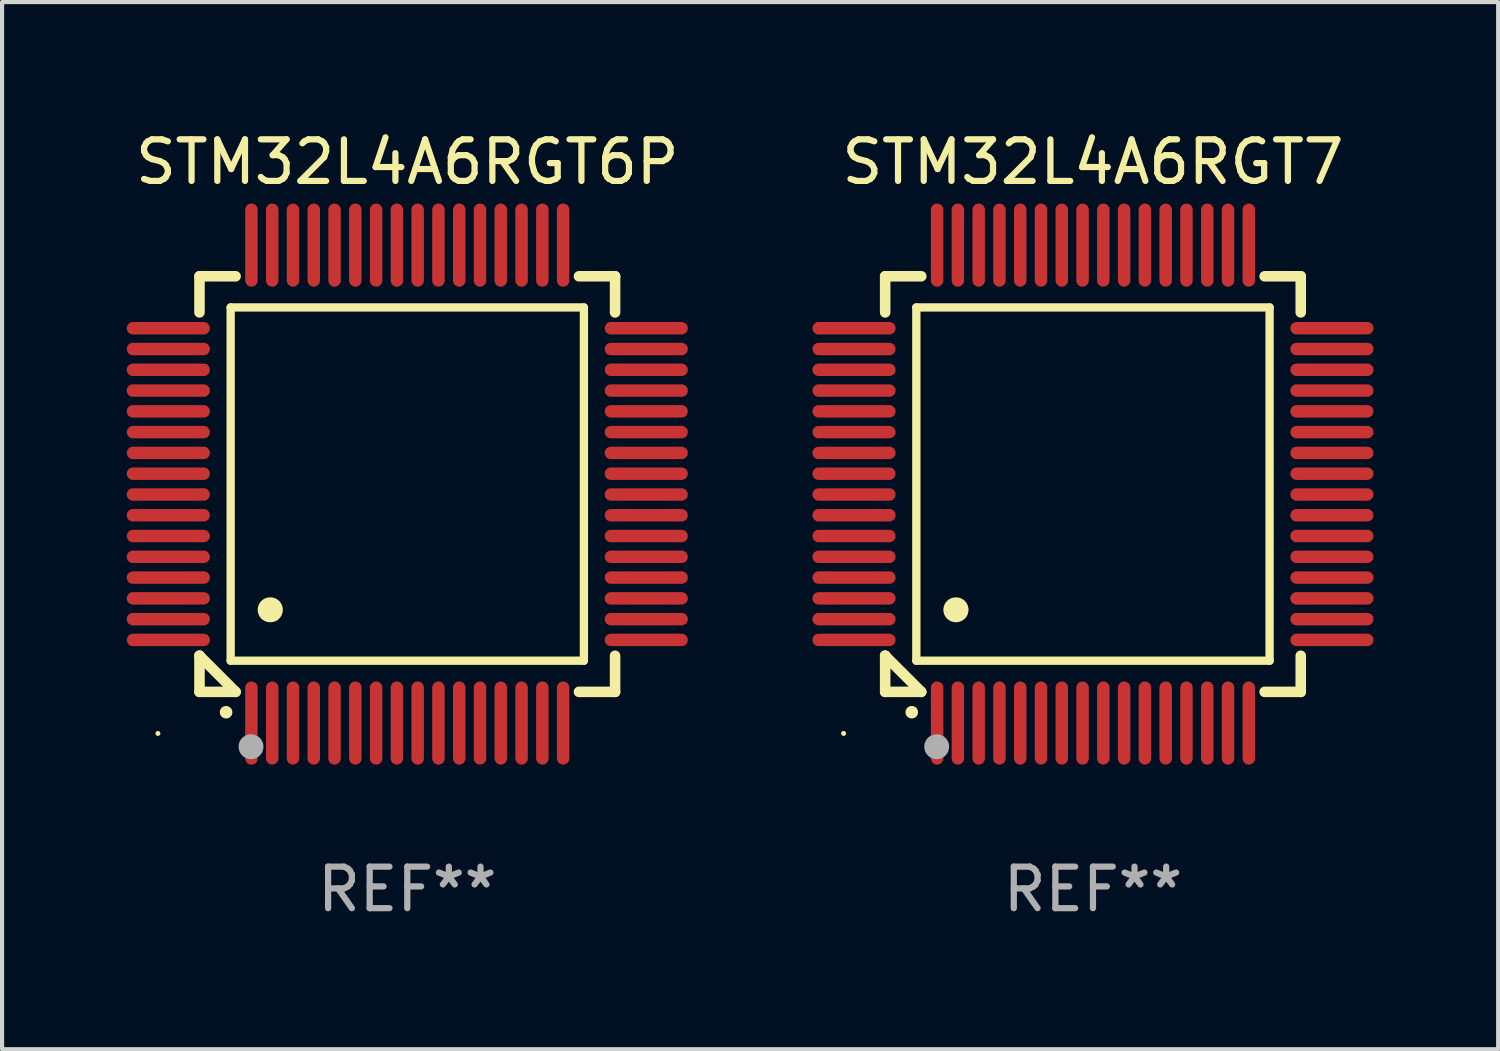
<source format=kicad_pcb>
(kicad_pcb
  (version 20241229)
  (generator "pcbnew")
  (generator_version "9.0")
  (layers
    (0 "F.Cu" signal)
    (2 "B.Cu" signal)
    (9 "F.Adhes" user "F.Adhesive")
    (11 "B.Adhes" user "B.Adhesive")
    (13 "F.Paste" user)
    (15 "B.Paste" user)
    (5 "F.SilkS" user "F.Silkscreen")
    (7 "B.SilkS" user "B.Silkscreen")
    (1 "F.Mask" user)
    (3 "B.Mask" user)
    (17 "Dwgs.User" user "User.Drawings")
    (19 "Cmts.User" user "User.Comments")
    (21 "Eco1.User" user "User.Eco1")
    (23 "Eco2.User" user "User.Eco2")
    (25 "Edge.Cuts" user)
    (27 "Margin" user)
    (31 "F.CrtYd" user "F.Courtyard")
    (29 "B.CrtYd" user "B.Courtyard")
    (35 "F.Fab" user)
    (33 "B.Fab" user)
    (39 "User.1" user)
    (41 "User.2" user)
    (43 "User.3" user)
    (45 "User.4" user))
  (footprint "STM32L4A6RGT6P"
    (layer "F.Cu")
    (at 6.75 8.598)
    (property "Reference" "STM32L4A6RGT6P" (at 0 -7.75 0) (layer "F.SilkS") (effects (font (size 1 1) (thickness 0.15))))
    (attr through_hole)
    (fp_line (start -5 -5) (end -4.131 -5) (stroke (width 0.254) (type solid)) (layer "F.SilkS"))
    (fp_line (start -5 -4.131) (end -5 -5) (stroke (width 0.254) (type solid)) (layer "F.SilkS"))
    (fp_line (start -5 4.131) (end -5 4.131) (stroke (width 0.254) (type solid)) (layer "F.SilkS"))
    (fp_line (start -5 5) (end -5 4.131) (stroke (width 0.254) (type solid)) (layer "F.SilkS"))
    (fp_line (start -5 4.131) (end -4.131 5) (stroke (width 0.254) (type solid)) (layer "F.SilkS"))
    (fp_line (start -4.25 -4.25) (end -4.25 4.25) (stroke (width 0.2) (type solid)) (layer "F.SilkS"))
    (fp_line (start -4.25 4.25) (end 4.25 4.25) (stroke (width 0.2) (type solid)) (layer "F.SilkS"))
    (fp_line (start -4.131 5) (end -5 5) (stroke (width 0.254) (type solid)) (layer "F.SilkS"))
    (fp_line (start 4.25 -4.25) (end -4.25 -4.25) (stroke (width 0.2) (type solid)) (layer "F.SilkS"))
    (fp_line (start 4.25 4.25) (end 4.25 -4.25) (stroke (width 0.2) (type solid)) (layer "F.SilkS"))
    (fp_line (start 5 -5) (end 4.131 -5) (stroke (width 0.254) (type solid)) (layer "F.SilkS"))
    (fp_line (start 5 -5) (end 5 -4.131) (stroke (width 0.254) (type solid)) (layer "F.SilkS"))
    (fp_line (start 5 4.131) (end 5 5) (stroke (width 0.254) (type solid)) (layer "F.SilkS"))
    (fp_line (start 5 5) (end 4.131 5) (stroke (width 0.254) (type solid)) (layer "F.SilkS"))
    (fp_arc (start -4.361265 5.489992) (mid -4.359995 5.489987) (end -4.358725 5.489992) (stroke (width 0.3) (type solid)) (layer "F.SilkS"))
    (fp_arc (start -3.299467 3.025146) (mid -3.296927 3.025135) (end -3.294387 3.025146) (stroke (width 0.6) (type solid)) (layer "F.SilkS"))
    (fp_circle (center -6 6) (end -5.97 6) (stroke (width 0.06) (type solid)) (fill no) (layer "F.SilkS"))
    (fp_circle (center -3.76 6.32) (end -3.61 6.32) (stroke (width 0.3) (type solid)) (fill no) (layer "F.Fab"))
    (fp_text user "REF**" (at 0 9.75 0) (layer "F.Fab") (effects (font (size 1 1) (thickness 0.15))))
    (pad "1" smd oval (at -3.75 5.75) (size 0.3 2) (layers "F.Cu" "F.Mask" "F.Paste"))
    (pad "2" smd oval (at -3.25 5.75) (size 0.3 2) (layers "F.Cu" "F.Mask" "F.Paste"))
    (pad "3" smd oval (at -2.75 5.75) (size 0.3 2) (layers "F.Cu" "F.Mask" "F.Paste"))
    (pad "4" smd oval (at -2.25 5.75) (size 0.3 2) (layers "F.Cu" "F.Mask" "F.Paste"))
    (pad "5" smd oval (at -1.75 5.75) (size 0.3 2) (layers "F.Cu" "F.Mask" "F.Paste"))
    (pad "6" smd oval (at -1.25 5.75) (size 0.3 2) (layers "F.Cu" "F.Mask" "F.Paste"))
    (pad "7" smd oval (at -0.75 5.75) (size 0.3 2) (layers "F.Cu" "F.Mask" "F.Paste"))
    (pad "8" smd oval (at -0.25 5.75) (size 0.3 2) (layers "F.Cu" "F.Mask" "F.Paste"))
    (pad "9" smd oval (at 0.25 5.75) (size 0.3 2) (layers "F.Cu" "F.Mask" "F.Paste"))
    (pad "10" smd oval (at 0.75 5.75) (size 0.3 2) (layers "F.Cu" "F.Mask" "F.Paste"))
    (pad "11" smd oval (at 1.25 5.75) (size 0.3 2) (layers "F.Cu" "F.Mask" "F.Paste"))
    (pad "12" smd oval (at 1.75 5.75) (size 0.3 2) (layers "F.Cu" "F.Mask" "F.Paste"))
    (pad "13" smd oval (at 2.25 5.75) (size 0.3 2) (layers "F.Cu" "F.Mask" "F.Paste"))
    (pad "14" smd oval (at 2.75 5.75) (size 0.3 2) (layers "F.Cu" "F.Mask" "F.Paste"))
    (pad "15" smd oval (at 3.25 5.75) (size 0.3 2) (layers "F.Cu" "F.Mask" "F.Paste"))
    (pad "16" smd oval (at 3.75 5.75) (size 0.3 2) (layers "F.Cu" "F.Mask" "F.Paste"))
    (pad "17" smd oval (at 5.75 3.75) (size 2 0.3) (layers "F.Cu" "F.Mask" "F.Paste"))
    (pad "18" smd oval (at 5.75 3.25) (size 2 0.3) (layers "F.Cu" "F.Mask" "F.Paste"))
    (pad "19" smd oval (at 5.75 2.75) (size 2 0.3) (layers "F.Cu" "F.Mask" "F.Paste"))
    (pad "20" smd oval (at 5.75 2.25) (size 2 0.3) (layers "F.Cu" "F.Mask" "F.Paste"))
    (pad "21" smd oval (at 5.75 1.75) (size 2 0.3) (layers "F.Cu" "F.Mask" "F.Paste"))
    (pad "22" smd oval (at 5.75 1.25) (size 2 0.3) (layers "F.Cu" "F.Mask" "F.Paste"))
    (pad "23" smd oval (at 5.75 0.75) (size 2 0.3) (layers "F.Cu" "F.Mask" "F.Paste"))
    (pad "24" smd oval (at 5.75 0.25) (size 2 0.3) (layers "F.Cu" "F.Mask" "F.Paste"))
    (pad "25" smd oval (at 5.75 -0.25) (size 2 0.3) (layers "F.Cu" "F.Mask" "F.Paste"))
    (pad "26" smd oval (at 5.75 -0.75) (size 2 0.3) (layers "F.Cu" "F.Mask" "F.Paste"))
    (pad "27" smd oval (at 5.75 -1.25) (size 2 0.3) (layers "F.Cu" "F.Mask" "F.Paste"))
    (pad "28" smd oval (at 5.75 -1.75) (size 2 0.3) (layers "F.Cu" "F.Mask" "F.Paste"))
    (pad "29" smd oval (at 5.75 -2.25) (size 2 0.3) (layers "F.Cu" "F.Mask" "F.Paste"))
    (pad "30" smd oval (at 5.75 -2.75) (size 2 0.3) (layers "F.Cu" "F.Mask" "F.Paste"))
    (pad "31" smd oval (at 5.75 -3.25) (size 2 0.3) (layers "F.Cu" "F.Mask" "F.Paste"))
    (pad "32" smd oval (at 5.75 -3.75) (size 2 0.3) (layers "F.Cu" "F.Mask" "F.Paste"))
    (pad "33" smd oval (at 3.75 -5.75) (size 0.3 2) (layers "F.Cu" "F.Mask" "F.Paste"))
    (pad "34" smd oval (at 3.25 -5.75) (size 0.3 2) (layers "F.Cu" "F.Mask" "F.Paste"))
    (pad "35" smd oval (at 2.75 -5.75) (size 0.3 2) (layers "F.Cu" "F.Mask" "F.Paste"))
    (pad "36" smd oval (at 2.25 -5.75) (size 0.3 2) (layers "F.Cu" "F.Mask" "F.Paste"))
    (pad "37" smd oval (at 1.75 -5.75) (size 0.3 2) (layers "F.Cu" "F.Mask" "F.Paste"))
    (pad "38" smd oval (at 1.25 -5.75) (size 0.3 2) (layers "F.Cu" "F.Mask" "F.Paste"))
    (pad "39" smd oval (at 0.75 -5.75) (size 0.3 2) (layers "F.Cu" "F.Mask" "F.Paste"))
    (pad "40" smd oval (at 0.25 -5.75) (size 0.3 2) (layers "F.Cu" "F.Mask" "F.Paste"))
    (pad "41" smd oval (at -0.25 -5.75) (size 0.3 2) (layers "F.Cu" "F.Mask" "F.Paste"))
    (pad "42" smd oval (at -0.75 -5.75) (size 0.3 2) (layers "F.Cu" "F.Mask" "F.Paste"))
    (pad "43" smd oval (at -1.25 -5.75) (size 0.3 2) (layers "F.Cu" "F.Mask" "F.Paste"))
    (pad "44" smd oval (at -1.75 -5.75) (size 0.3 2) (layers "F.Cu" "F.Mask" "F.Paste"))
    (pad "45" smd oval (at -2.25 -5.75) (size 0.3 2) (layers "F.Cu" "F.Mask" "F.Paste"))
    (pad "46" smd oval (at -2.75 -5.75) (size 0.3 2) (layers "F.Cu" "F.Mask" "F.Paste"))
    (pad "47" smd oval (at -3.25 -5.75) (size 0.3 2) (layers "F.Cu" "F.Mask" "F.Paste"))
    (pad "48" smd oval (at -3.75 -5.75) (size 0.3 2) (layers "F.Cu" "F.Mask" "F.Paste"))
    (pad "49" smd oval (at -5.75 -3.75) (size 2 0.3) (layers "F.Cu" "F.Mask" "F.Paste"))
    (pad "50" smd oval (at -5.75 -3.25) (size 2 0.3) (layers "F.Cu" "F.Mask" "F.Paste"))
    (pad "51" smd oval (at -5.75 -2.75) (size 2 0.3) (layers "F.Cu" "F.Mask" "F.Paste"))
    (pad "52" smd oval (at -5.75 -2.25) (size 2 0.3) (layers "F.Cu" "F.Mask" "F.Paste"))
    (pad "53" smd oval (at -5.75 -1.75) (size 2 0.3) (layers "F.Cu" "F.Mask" "F.Paste"))
    (pad "54" smd oval (at -5.75 -1.25) (size 2 0.3) (layers "F.Cu" "F.Mask" "F.Paste"))
    (pad "55" smd oval (at -5.75 -0.75) (size 2 0.3) (layers "F.Cu" "F.Mask" "F.Paste"))
    (pad "56" smd oval (at -5.75 -0.25) (size 2 0.3) (layers "F.Cu" "F.Mask" "F.Paste"))
    (pad "57" smd oval (at -5.75 0.25) (size 2 0.3) (layers "F.Cu" "F.Mask" "F.Paste"))
    (pad "58" smd oval (at -5.75 0.75) (size 2 0.3) (layers "F.Cu" "F.Mask" "F.Paste"))
    (pad "59" smd oval (at -5.75 1.25) (size 2 0.3) (layers "F.Cu" "F.Mask" "F.Paste"))
    (pad "60" smd oval (at -5.75 1.75) (size 2 0.3) (layers "F.Cu" "F.Mask" "F.Paste"))
    (pad "61" smd oval (at -5.75 2.25) (size 2 0.3) (layers "F.Cu" "F.Mask" "F.Paste"))
    (pad "62" smd oval (at -5.75 2.75) (size 2 0.3) (layers "F.Cu" "F.Mask" "F.Paste"))
    (pad "63" smd oval (at -5.75 3.25) (size 2 0.3) (layers "F.Cu" "F.Mask" "F.Paste"))
    (pad "64" smd oval (at -5.75 3.75) (size 2 0.3) (layers "F.Cu" "F.Mask" "F.Paste")))
  (footprint "STM32L4A6RGT7"
    (layer "F.Cu")
    (at 23.249 8.598)
    (property "Reference" "STM32L4A6RGT7" (at 0 -7.75 0) (layer "F.SilkS") (effects (font (size 1 1) (thickness 0.15))))
    (attr through_hole)
    (fp_line (start -5 -5) (end -4.131 -5) (stroke (width 0.254) (type solid)) (layer "F.SilkS"))
    (fp_line (start -5 -4.131) (end -5 -5) (stroke (width 0.254) (type solid)) (layer "F.SilkS"))
    (fp_line (start -5 4.131) (end -5 4.131) (stroke (width 0.254) (type solid)) (layer "F.SilkS"))
    (fp_line (start -5 5) (end -5 4.131) (stroke (width 0.254) (type solid)) (layer "F.SilkS"))
    (fp_line (start -5 4.131) (end -4.131 5) (stroke (width 0.254) (type solid)) (layer "F.SilkS"))
    (fp_line (start -4.25 -4.25) (end -4.25 4.25) (stroke (width 0.2) (type solid)) (layer "F.SilkS"))
    (fp_line (start -4.25 4.25) (end 4.25 4.25) (stroke (width 0.2) (type solid)) (layer "F.SilkS"))
    (fp_line (start -4.131 5) (end -5 5) (stroke (width 0.254) (type solid)) (layer "F.SilkS"))
    (fp_line (start 4.25 -4.25) (end -4.25 -4.25) (stroke (width 0.2) (type solid)) (layer "F.SilkS"))
    (fp_line (start 4.25 4.25) (end 4.25 -4.25) (stroke (width 0.2) (type solid)) (layer "F.SilkS"))
    (fp_line (start 5 -5) (end 4.131 -5) (stroke (width 0.254) (type solid)) (layer "F.SilkS"))
    (fp_line (start 5 -5) (end 5 -4.131) (stroke (width 0.254) (type solid)) (layer "F.SilkS"))
    (fp_line (start 5 4.131) (end 5 5) (stroke (width 0.254) (type solid)) (layer "F.SilkS"))
    (fp_line (start 5 5) (end 4.131 5) (stroke (width 0.254) (type solid)) (layer "F.SilkS"))
    (fp_arc (start -4.361265 5.489992) (mid -4.359995 5.489987) (end -4.358725 5.489992) (stroke (width 0.3) (type solid)) (layer "F.SilkS"))
    (fp_arc (start -3.299467 3.025146) (mid -3.296927 3.025135) (end -3.294387 3.025146) (stroke (width 0.6) (type solid)) (layer "F.SilkS"))
    (fp_circle (center -6 6) (end -5.97 6) (stroke (width 0.06) (type solid)) (fill no) (layer "F.SilkS"))
    (fp_circle (center -3.76 6.32) (end -3.61 6.32) (stroke (width 0.3) (type solid)) (fill no) (layer "F.Fab"))
    (fp_text user "REF**" (at 0 9.75 0) (layer "F.Fab") (effects (font (size 1 1) (thickness 0.15))))
    (pad "1" smd oval (at -3.75 5.75) (size 0.3 2) (layers "F.Cu" "F.Mask" "F.Paste"))
    (pad "2" smd oval (at -3.25 5.75) (size 0.3 2) (layers "F.Cu" "F.Mask" "F.Paste"))
    (pad "3" smd oval (at -2.75 5.75) (size 0.3 2) (layers "F.Cu" "F.Mask" "F.Paste"))
    (pad "4" smd oval (at -2.25 5.75) (size 0.3 2) (layers "F.Cu" "F.Mask" "F.Paste"))
    (pad "5" smd oval (at -1.75 5.75) (size 0.3 2) (layers "F.Cu" "F.Mask" "F.Paste"))
    (pad "6" smd oval (at -1.25 5.75) (size 0.3 2) (layers "F.Cu" "F.Mask" "F.Paste"))
    (pad "7" smd oval (at -0.75 5.75) (size 0.3 2) (layers "F.Cu" "F.Mask" "F.Paste"))
    (pad "8" smd oval (at -0.25 5.75) (size 0.3 2) (layers "F.Cu" "F.Mask" "F.Paste"))
    (pad "9" smd oval (at 0.25 5.75) (size 0.3 2) (layers "F.Cu" "F.Mask" "F.Paste"))
    (pad "10" smd oval (at 0.75 5.75) (size 0.3 2) (layers "F.Cu" "F.Mask" "F.Paste"))
    (pad "11" smd oval (at 1.25 5.75) (size 0.3 2) (layers "F.Cu" "F.Mask" "F.Paste"))
    (pad "12" smd oval (at 1.75 5.75) (size 0.3 2) (layers "F.Cu" "F.Mask" "F.Paste"))
    (pad "13" smd oval (at 2.25 5.75) (size 0.3 2) (layers "F.Cu" "F.Mask" "F.Paste"))
    (pad "14" smd oval (at 2.75 5.75) (size 0.3 2) (layers "F.Cu" "F.Mask" "F.Paste"))
    (pad "15" smd oval (at 3.25 5.75) (size 0.3 2) (layers "F.Cu" "F.Mask" "F.Paste"))
    (pad "16" smd oval (at 3.75 5.75) (size 0.3 2) (layers "F.Cu" "F.Mask" "F.Paste"))
    (pad "17" smd oval (at 5.75 3.75) (size 2 0.3) (layers "F.Cu" "F.Mask" "F.Paste"))
    (pad "18" smd oval (at 5.75 3.25) (size 2 0.3) (layers "F.Cu" "F.Mask" "F.Paste"))
    (pad "19" smd oval (at 5.75 2.75) (size 2 0.3) (layers "F.Cu" "F.Mask" "F.Paste"))
    (pad "20" smd oval (at 5.75 2.25) (size 2 0.3) (layers "F.Cu" "F.Mask" "F.Paste"))
    (pad "21" smd oval (at 5.75 1.75) (size 2 0.3) (layers "F.Cu" "F.Mask" "F.Paste"))
    (pad "22" smd oval (at 5.75 1.25) (size 2 0.3) (layers "F.Cu" "F.Mask" "F.Paste"))
    (pad "23" smd oval (at 5.75 0.75) (size 2 0.3) (layers "F.Cu" "F.Mask" "F.Paste"))
    (pad "24" smd oval (at 5.75 0.25) (size 2 0.3) (layers "F.Cu" "F.Mask" "F.Paste"))
    (pad "25" smd oval (at 5.75 -0.25) (size 2 0.3) (layers "F.Cu" "F.Mask" "F.Paste"))
    (pad "26" smd oval (at 5.75 -0.75) (size 2 0.3) (layers "F.Cu" "F.Mask" "F.Paste"))
    (pad "27" smd oval (at 5.75 -1.25) (size 2 0.3) (layers "F.Cu" "F.Mask" "F.Paste"))
    (pad "28" smd oval (at 5.75 -1.75) (size 2 0.3) (layers "F.Cu" "F.Mask" "F.Paste"))
    (pad "29" smd oval (at 5.75 -2.25) (size 2 0.3) (layers "F.Cu" "F.Mask" "F.Paste"))
    (pad "30" smd oval (at 5.75 -2.75) (size 2 0.3) (layers "F.Cu" "F.Mask" "F.Paste"))
    (pad "31" smd oval (at 5.75 -3.25) (size 2 0.3) (layers "F.Cu" "F.Mask" "F.Paste"))
    (pad "32" smd oval (at 5.75 -3.75) (size 2 0.3) (layers "F.Cu" "F.Mask" "F.Paste"))
    (pad "33" smd oval (at 3.75 -5.75) (size 0.3 2) (layers "F.Cu" "F.Mask" "F.Paste"))
    (pad "34" smd oval (at 3.25 -5.75) (size 0.3 2) (layers "F.Cu" "F.Mask" "F.Paste"))
    (pad "35" smd oval (at 2.75 -5.75) (size 0.3 2) (layers "F.Cu" "F.Mask" "F.Paste"))
    (pad "36" smd oval (at 2.25 -5.75) (size 0.3 2) (layers "F.Cu" "F.Mask" "F.Paste"))
    (pad "37" smd oval (at 1.75 -5.75) (size 0.3 2) (layers "F.Cu" "F.Mask" "F.Paste"))
    (pad "38" smd oval (at 1.25 -5.75) (size 0.3 2) (layers "F.Cu" "F.Mask" "F.Paste"))
    (pad "39" smd oval (at 0.75 -5.75) (size 0.3 2) (layers "F.Cu" "F.Mask" "F.Paste"))
    (pad "40" smd oval (at 0.25 -5.75) (size 0.3 2) (layers "F.Cu" "F.Mask" "F.Paste"))
    (pad "41" smd oval (at -0.25 -5.75) (size 0.3 2) (layers "F.Cu" "F.Mask" "F.Paste"))
    (pad "42" smd oval (at -0.75 -5.75) (size 0.3 2) (layers "F.Cu" "F.Mask" "F.Paste"))
    (pad "43" smd oval (at -1.25 -5.75) (size 0.3 2) (layers "F.Cu" "F.Mask" "F.Paste"))
    (pad "44" smd oval (at -1.75 -5.75) (size 0.3 2) (layers "F.Cu" "F.Mask" "F.Paste"))
    (pad "45" smd oval (at -2.25 -5.75) (size 0.3 2) (layers "F.Cu" "F.Mask" "F.Paste"))
    (pad "46" smd oval (at -2.75 -5.75) (size 0.3 2) (layers "F.Cu" "F.Mask" "F.Paste"))
    (pad "47" smd oval (at -3.25 -5.75) (size 0.3 2) (layers "F.Cu" "F.Mask" "F.Paste"))
    (pad "48" smd oval (at -3.75 -5.75) (size 0.3 2) (layers "F.Cu" "F.Mask" "F.Paste"))
    (pad "49" smd oval (at -5.75 -3.75) (size 2 0.3) (layers "F.Cu" "F.Mask" "F.Paste"))
    (pad "50" smd oval (at -5.75 -3.25) (size 2 0.3) (layers "F.Cu" "F.Mask" "F.Paste"))
    (pad "51" smd oval (at -5.75 -2.75) (size 2 0.3) (layers "F.Cu" "F.Mask" "F.Paste"))
    (pad "52" smd oval (at -5.75 -2.25) (size 2 0.3) (layers "F.Cu" "F.Mask" "F.Paste"))
    (pad "53" smd oval (at -5.75 -1.75) (size 2 0.3) (layers "F.Cu" "F.Mask" "F.Paste"))
    (pad "54" smd oval (at -5.75 -1.25) (size 2 0.3) (layers "F.Cu" "F.Mask" "F.Paste"))
    (pad "55" smd oval (at -5.75 -0.75) (size 2 0.3) (layers "F.Cu" "F.Mask" "F.Paste"))
    (pad "56" smd oval (at -5.75 -0.25) (size 2 0.3) (layers "F.Cu" "F.Mask" "F.Paste"))
    (pad "57" smd oval (at -5.75 0.25) (size 2 0.3) (layers "F.Cu" "F.Mask" "F.Paste"))
    (pad "58" smd oval (at -5.75 0.75) (size 2 0.3) (layers "F.Cu" "F.Mask" "F.Paste"))
    (pad "59" smd oval (at -5.75 1.25) (size 2 0.3) (layers "F.Cu" "F.Mask" "F.Paste"))
    (pad "60" smd oval (at -5.75 1.75) (size 2 0.3) (layers "F.Cu" "F.Mask" "F.Paste"))
    (pad "61" smd oval (at -5.75 2.25) (size 2 0.3) (layers "F.Cu" "F.Mask" "F.Paste"))
    (pad "62" smd oval (at -5.75 2.75) (size 2 0.3) (layers "F.Cu" "F.Mask" "F.Paste"))
    (pad "63" smd oval (at -5.75 3.25) (size 2 0.3) (layers "F.Cu" "F.Mask" "F.Paste"))
    (pad "64" smd oval (at -5.75 3.75) (size 2 0.3) (layers "F.Cu" "F.Mask" "F.Paste")))
  (gr_rect
    (start -3 -3)
    (end 32.999 22.196)
    (stroke (width 0.1) (type default))
    (fill no)
    (layer "Edge.Cuts")))
</source>
